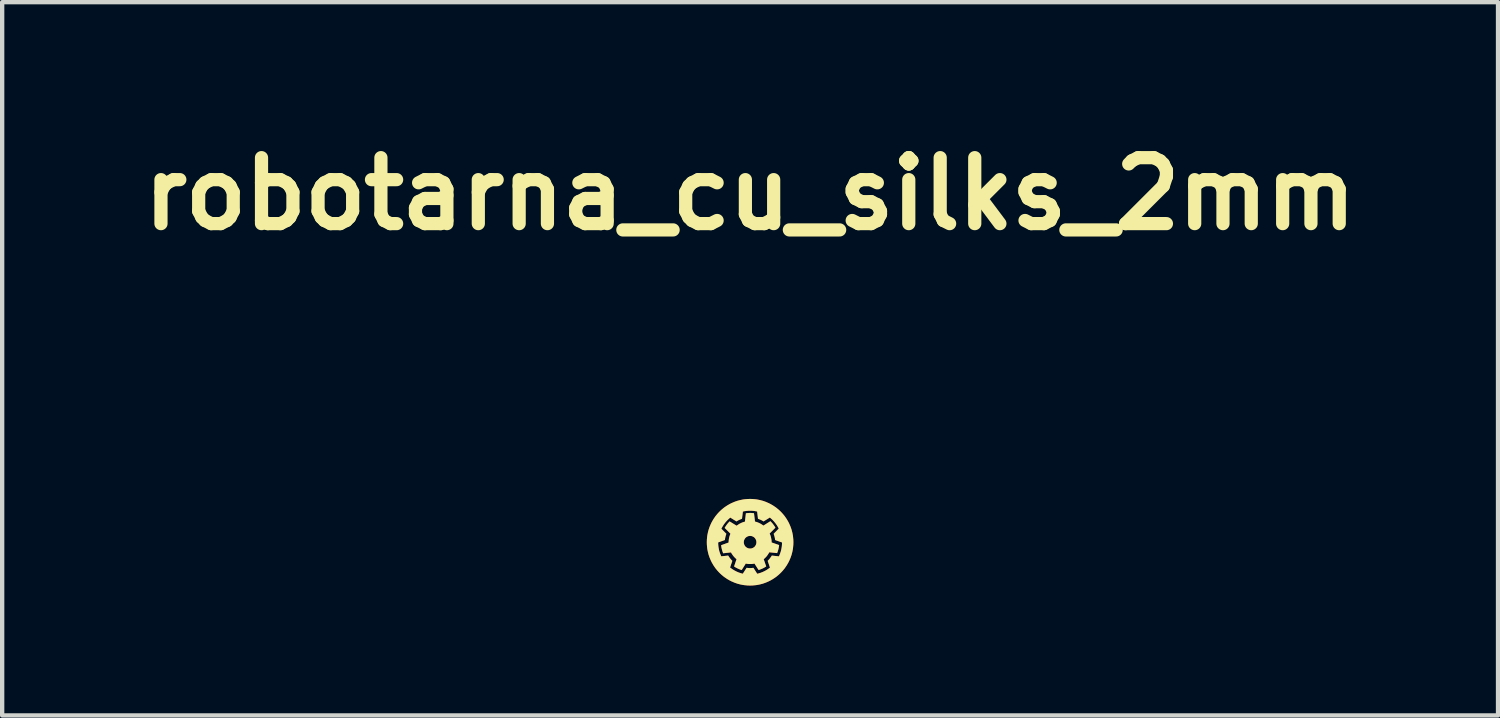
<source format=kicad_pcb>
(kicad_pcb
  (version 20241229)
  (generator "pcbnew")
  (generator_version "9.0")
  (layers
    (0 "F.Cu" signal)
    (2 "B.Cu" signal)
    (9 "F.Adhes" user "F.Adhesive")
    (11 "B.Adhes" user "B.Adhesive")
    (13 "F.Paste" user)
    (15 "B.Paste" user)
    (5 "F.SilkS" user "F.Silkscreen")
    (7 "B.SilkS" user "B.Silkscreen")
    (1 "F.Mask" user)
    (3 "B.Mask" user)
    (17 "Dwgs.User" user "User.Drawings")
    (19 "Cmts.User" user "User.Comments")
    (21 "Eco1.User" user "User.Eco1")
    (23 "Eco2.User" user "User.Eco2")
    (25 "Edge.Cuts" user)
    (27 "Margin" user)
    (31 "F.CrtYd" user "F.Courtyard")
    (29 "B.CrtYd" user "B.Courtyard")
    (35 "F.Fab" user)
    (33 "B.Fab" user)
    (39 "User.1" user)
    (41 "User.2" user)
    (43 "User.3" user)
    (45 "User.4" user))
  (footprint "robotarna_cu_silks_2mm"
    (layer "F.Cu")
    (at 14.275 9.474)
    (property "Reference" "robotarna_cu_silks_2mm" (at 0 -8.048 0) (layer "F.SilkS") (effects (font (size 1.524 1.524) (thickness 0.305))))
    (attr smd)
    (fp_poly (pts (xy -0.000002 0.146) (xy -0.661 0.123) (xy -0.659 0.133) (xy -0.657 0.144) (xy -0.654 0.154) (xy -0.652 0.165) (xy -0.649 0.175) (xy -0.646 0.185) (xy -0.643 0.196) (xy -0.64 0.206) (xy -0.637 0.216) (xy -0.633 0.226) (xy -0.629 0.236) (xy -0.626 0.246) (xy -0.622 0.255) (xy -0.441 0.235) (xy -0.436 0.245) (xy -0.431 0.254) (xy -0.425 0.263) (xy -0.419 0.272) (xy -0.414 0.281) (xy -0.407 0.29) (xy -0.401 0.299) (xy -0.395 0.308) (xy -0.388 0.316) (xy -0.381 0.324) (xy -0.375 0.333) (xy -0.367 0.341) (xy -0.36 0.348) (xy -0.353 0.356) (xy -0.345 0.364) (xy -0.337 0.371) (xy -0.329 0.378) (xy -0.321 0.385) (xy -0.313 0.392) (xy -0.37 0.559) (xy -0.361 0.565) (xy -0.352 0.571) (xy -0.343 0.577) (xy -0.333 0.582) (xy -0.324 0.587) (xy -0.315 0.592) (xy -0.305 0.597) (xy -0.295 0.602) (xy -0.285 0.607) (xy -0.276 0.611) (xy -0.266 0.616) (xy -0.256 0.62) (xy -0.246 0.624) (xy -0.235 0.628) (xy -0.225 0.632) (xy -0.215 0.635) (xy -0.204 0.639) (xy -0.194 0.642) (xy -0.1 0.493) (xy -0.089 0.495) (xy -0.078 0.497) (xy -0.068 0.499) (xy -0.057 0.5) (xy -0.045 0.501) (xy -0.034 0.502) (xy -0.023 0.503) (xy -0.012 0.503) (xy -0.000372 0.503) (xy 0.01 0.503) (xy 0.02 0.503) (xy 0.031 0.502) (xy 0.041 0.502) (xy 0.051 0.501) (xy 0.061 0.5) (xy 0.071 0.498) (xy 0.081 0.497) (xy 0.091 0.495) (xy 0.101 0.493) (xy 0.196 0.641) (xy 0.207 0.638) (xy 0.217 0.635) (xy 0.227 0.631) (xy 0.238 0.627) (xy 0.248 0.623) (xy 0.258 0.619) (xy 0.268 0.615) (xy 0.278 0.611) (xy 0.288 0.606) (xy 0.297 0.602) (xy 0.307 0.597) (xy 0.316 0.592) (xy 0.326 0.587) (xy 0.335 0.581) (xy 0.345 0.576) (xy 0.354 0.57) (xy 0.363 0.565) (xy 0.372 0.559) (xy 0.314 0.392) (xy 0.322 0.385) (xy 0.33 0.378) (xy 0.338 0.371) (xy 0.346 0.363) (xy 0.354 0.355) (xy 0.361 0.348) (xy 0.369 0.34) (xy 0.376 0.332) (xy 0.383 0.323) (xy 0.39 0.315) (xy 0.397 0.306) (xy 0.403 0.297) (xy 0.409 0.289) (xy 0.415 0.28) (xy 0.421 0.27) (xy 0.427 0.261) (xy 0.432 0.252) (xy 0.438 0.242) (xy 0.443 0.232) (xy 0.624 0.251) (xy 0.628 0.242) (xy 0.631 0.232) (xy 0.635 0.222) (xy 0.639 0.212) (xy 0.642 0.202) (xy 0.645 0.192) (xy 0.648 0.181) (xy 0.651 0.171) (xy 0.653 0.161) (xy 0.656 0.15) (xy 0.658 0.14) (xy 0.66 0.13) (xy 0.662 0.119) (xy 0.664 0.108) (xy 0.666 0.098) (xy 0.668 0.087) (xy 0.669 0.076) (xy 0.67 0.065) (xy 0.497 0.005) (xy 0.497 -0.007) (xy 0.496 -0.019) (xy 0.496 -0.03) (xy 0.495 -0.041) (xy 0.494 -0.053) (xy 0.492 -0.064) (xy 0.49 -0.075) (xy 0.488 -0.086) (xy 0.486 -0.097) (xy 0.484 -0.108) (xy 0.481 -0.119) (xy 0.478 -0.13) (xy 0.475 -0.14) (xy 0.472 -0.151) (xy 0.468 -0.161) (xy 0.464 -0.171) (xy 0.46 -0.182) (xy 0.456 -0.192) (xy 0.451 -0.202) (xy 0.585 -0.337) (xy 0.579 -0.347) (xy 0.573 -0.356) (xy 0.567 -0.366) (xy 0.561 -0.375) (xy 0.555 -0.384) (xy 0.549 -0.393) (xy 0.542 -0.402) (xy 0.535 -0.411) (xy 0.528 -0.42) (xy 0.522 -0.429) (xy 0.514 -0.437) (xy 0.507 -0.446) (xy 0.5 -0.454) (xy 0.492 -0.462) (xy 0.485 -0.47) (xy 0.477 -0.478) (xy 0.469 -0.486) (xy 0.307 -0.384) (xy 0.298 -0.391) (xy 0.29 -0.397) (xy 0.281 -0.403) (xy 0.272 -0.409) (xy 0.263 -0.415) (xy 0.254 -0.421) (xy 0.245 -0.426) (xy 0.235 -0.431) (xy 0.226 -0.436) (xy 0.216 -0.441) (xy 0.206 -0.446) (xy 0.196 -0.45) (xy 0.186 -0.454) (xy 0.176 -0.458) (xy 0.166 -0.462) (xy 0.156 -0.466) (xy 0.145 -0.469) (xy 0.135 -0.472) (xy 0.124 -0.475) (xy 0.113 -0.477) (xy 0.09 -0.67) (xy 0.079 -0.671) (xy 0.068 -0.673) (xy 0.057 -0.674) (xy 0.046 -0.674) (xy 0.035 -0.675) (xy 0.024 -0.676) (xy 0.012 -0.676) (xy 0.001 -0.676) (xy -0.01 -0.676) (xy -0.021 -0.676) (xy -0.032 -0.675) (xy -0.043 -0.675) (xy -0.054 -0.674) (xy -0.065 -0.673) (xy -0.076 -0.672) (xy -0.087 -0.67) (xy -0.097 -0.669) (xy -0.119 -0.476) (xy -0.13 -0.473) (xy -0.141 -0.47) (xy -0.151 -0.467) (xy -0.161 -0.463) (xy -0.171 -0.46) (xy -0.182 -0.456) (xy -0.192 -0.452) (xy -0.201 -0.448) (xy -0.211 -0.443) (xy -0.221 -0.438) (xy -0.23 -0.434) (xy -0.24 -0.429) (xy -0.249 -0.423) (xy -0.258 -0.418) (xy -0.267 -0.412) (xy -0.276 -0.406) (xy -0.285 -0.4) (xy -0.294 -0.394) (xy -0.302 -0.388) (xy -0.31 -0.381) (xy -0.473 -0.481) (xy -0.481 -0.474) (xy -0.489 -0.465) (xy -0.496 -0.457) (xy -0.504 -0.449) (xy -0.511 -0.441) (xy -0.518 -0.432) (xy -0.525 -0.423) (xy -0.532 -0.415) (xy -0.539 -0.406) (xy -0.545 -0.397) (xy -0.552 -0.388) (xy -0.558 -0.378) (xy -0.564 -0.369) (xy -0.57 -0.36) (xy -0.576 -0.35) (xy -0.582 -0.341) (xy -0.588 -0.331) (xy -0.453 -0.196) (xy -0.458 -0.186) (xy -0.462 -0.177) (xy -0.466 -0.167) (xy -0.469 -0.156) (xy -0.473 -0.146) (xy -0.476 -0.136) (xy -0.479 -0.125) (xy -0.482 -0.115) (xy -0.484 -0.104) (xy -0.486 -0.094) (xy -0.489 -0.083) (xy -0.49 -0.072) (xy -0.492 -0.061) (xy -0.493 -0.05) (xy -0.494 -0.039) (xy -0.495 -0.028) (xy -0.496 -0.017) (xy -0.496 -0.006) (xy -0.497 0.006) (xy -0.497 0.007) (xy -0.669 0.069) (xy -0.668 0.08) (xy -0.666 0.091) (xy -0.665 0.101) (xy -0.663 0.112) (xy -0.661 0.123) (xy -0.000002 0.146) (xy -0.01 0.145) (xy -0.021 0.144) (xy -0.031 0.143) (xy -0.04 0.14) (xy -0.05 0.137) (xy -0.059 0.133) (xy -0.068 0.129) (xy -0.076 0.124) (xy -0.085 0.119) (xy -0.092 0.113) (xy -0.1 0.107) (xy -0.107 0.1) (xy -0.113 0.092) (xy -0.119 0.085) (xy -0.124 0.076) (xy -0.129 0.068) (xy -0.133 0.059) (xy -0.137 0.05) (xy -0.14 0.04) (xy -0.143 0.031) (xy -0.144 0.021) (xy -0.145 0.01) (xy -0.146 0.000003) (xy -0.145 -0.01) (xy -0.144 -0.021) (xy -0.143 -0.031) (xy -0.14 -0.04) (xy -0.137 -0.05) (xy -0.133 -0.059) (xy -0.129 -0.068) (xy -0.124 -0.076) (xy -0.119 -0.085) (xy -0.113 -0.092) (xy -0.107 -0.1) (xy -0.1 -0.107) (xy -0.092 -0.113) (xy -0.085 -0.119) (xy -0.076 -0.124) (xy -0.068 -0.129) (xy -0.059 -0.133) (xy -0.05 -0.137) (xy -0.04 -0.14) (xy -0.031 -0.143) (xy -0.021 -0.144) (xy -0.01 -0.145) (xy -0.000002 -0.146) (xy 0.01 -0.145) (xy 0.021 -0.144) (xy 0.031 -0.143) (xy 0.04 -0.14) (xy 0.05 -0.137) (xy 0.059 -0.133) (xy 0.068 -0.129) (xy 0.076 -0.124) (xy 0.085 -0.119) (xy 0.092 -0.113) (xy 0.1 -0.107) (xy 0.107 -0.1) (xy 0.113 -0.092) (xy 0.119 -0.085) (xy 0.124 -0.076) (xy 0.129 -0.068) (xy 0.133 -0.059) (xy 0.137 -0.05) (xy 0.14 -0.04) (xy 0.143 -0.031) (xy 0.144 -0.021) (xy 0.145 -0.01) (xy 0.146 0.000003) (xy 0.145 0.01) (xy 0.144 0.021) (xy 0.143 0.031) (xy 0.14 0.04) (xy 0.137 0.05) (xy 0.133 0.059) (xy 0.129 0.068) (xy 0.124 0.076) (xy 0.119 0.085) (xy 0.113 0.092) (xy 0.107 0.1) (xy 0.1 0.107) (xy 0.092 0.113) (xy 0.085 0.119) (xy 0.076 0.124) (xy 0.068 0.129) (xy 0.059 0.133) (xy 0.05 0.137) (xy 0.04 0.14) (xy 0.031 0.143) (xy 0.021 0.144) (xy 0.01 0.145) (xy -0.000002 0.146)) (stroke (width 0) (type solid)) (fill yes) (layer "F.Cu"))
    (fp_poly (pts (xy 0.666 0.326) (xy 0.148 0.989) (xy 0.158 0.988) (xy 0.168 0.986) (xy 0.179 0.984) (xy 0.189 0.982) (xy 0.199 0.98) (xy 0.209 0.978) (xy 0.219 0.976) (xy 0.229 0.974) (xy 0.239 0.971) (xy 0.249 0.969) (xy 0.259 0.966) (xy 0.269 0.963) (xy 0.279 0.961) (xy 0.289 0.958) (xy 0.299 0.955) (xy 0.308 0.952) (xy 0.318 0.948) (xy 0.328 0.945) (xy 0.337 0.942) (xy 0.347 0.938) (xy 0.356 0.935) (xy 0.366 0.931) (xy 0.375 0.927) (xy 0.385 0.923) (xy 0.394 0.919) (xy 0.403 0.915) (xy 0.412 0.911) (xy 0.422 0.907) (xy 0.431 0.903) (xy 0.44 0.898) (xy 0.449 0.894) (xy 0.458 0.889) (xy 0.467 0.885) (xy 0.476 0.88) (xy 0.484 0.875) (xy 0.493 0.87) (xy 0.502 0.865) (xy 0.51 0.86) (xy 0.519 0.855) (xy 0.528 0.85) (xy 0.536 0.844) (xy 0.545 0.839) (xy 0.553 0.833) (xy 0.561 0.828) (xy 0.569 0.822) (xy 0.578 0.816) (xy 0.586 0.811) (xy 0.594 0.805) (xy 0.602 0.799) (xy 0.61 0.793) (xy 0.618 0.787) (xy 0.625 0.78) (xy 0.633 0.774) (xy 0.641 0.768) (xy 0.649 0.761) (xy 0.656 0.755) (xy 0.664 0.748) (xy 0.671 0.741) (xy 0.678 0.735) (xy 0.686 0.728) (xy 0.693 0.721) (xy 0.7 0.714) (xy 0.707 0.707) (xy 0.714 0.7) (xy 0.721 0.693) (xy 0.728 0.686) (xy 0.735 0.678) (xy 0.741 0.671) (xy 0.748 0.664) (xy 0.755 0.656) (xy 0.761 0.649) (xy 0.768 0.641) (xy 0.774 0.633) (xy 0.78 0.625) (xy 0.787 0.618) (xy 0.793 0.61) (xy 0.799 0.602) (xy 0.805 0.594) (xy 0.811 0.586) (xy 0.816 0.578) (xy 0.822 0.569) (xy 0.828 0.561) (xy 0.833 0.553) (xy 0.839 0.545) (xy 0.844 0.536) (xy 0.85 0.528) (xy 0.855 0.519) (xy 0.86 0.51) (xy 0.865 0.502) (xy 0.87 0.493) (xy 0.875 0.484) (xy 0.88 0.476) (xy 0.885 0.467) (xy 0.889 0.458) (xy 0.894 0.449) (xy 0.898 0.44) (xy 0.903 0.431) (xy 0.907 0.422) (xy 0.911 0.412) (xy 0.915 0.403) (xy 0.919 0.394) (xy 0.923 0.385) (xy 0.927 0.375) (xy 0.931 0.366) (xy 0.935 0.356) (xy 0.938 0.347) (xy 0.942 0.337) (xy 0.945 0.328) (xy 0.948 0.318) (xy 0.952 0.308) (xy 0.955 0.299) (xy 0.958 0.289) (xy 0.961 0.279) (xy 0.963 0.269) (xy 0.966 0.259) (xy 0.969 0.249) (xy 0.971 0.239) (xy 0.974 0.229) (xy 0.976 0.219) (xy 0.978 0.209) (xy 0.98 0.199) (xy 0.982 0.189) (xy 0.984 0.179) (xy 0.986 0.168) (xy 0.988 0.158) (xy 0.989 0.148) (xy 0.991 0.137) (xy 0.992 0.127) (xy 0.993 0.117) (xy 0.994 0.106) (xy 0.995 0.096) (xy 0.996 0.085) (xy 0.997 0.075) (xy 0.998 0.064) (xy 0.999 0.053) (xy 0.999 0.043) (xy 0.999 0.032) (xy 1 0.021) (xy 1 0.011) (xy 1 0.000003) (xy 1 -0.011) (xy 1 -0.021) (xy 0.999 -0.032) (xy 0.999 -0.043) (xy 0.999 -0.053) (xy 0.998 -0.064) (xy 0.997 -0.075) (xy 0.996 -0.085) (xy 0.995 -0.096) (xy 0.994 -0.106) (xy 0.993 -0.117) (xy 0.992 -0.127) (xy 0.991 -0.137) (xy 0.989 -0.148) (xy 0.988 -0.158) (xy 0.986 -0.168) (xy 0.984 -0.179) (xy 0.982 -0.189) (xy 0.98 -0.199) (xy 0.978 -0.209) (xy 0.976 -0.219) (xy 0.974 -0.229) (xy 0.971 -0.239) (xy 0.969 -0.249) (xy 0.966 -0.259) (xy 0.963 -0.269) (xy 0.961 -0.279) (xy 0.958 -0.289) (xy 0.955 -0.299) (xy 0.952 -0.308) (xy 0.948 -0.318) (xy 0.945 -0.328) (xy 0.942 -0.337) (xy 0.938 -0.347) (xy 0.935 -0.356) (xy 0.931 -0.366) (xy 0.927 -0.375) (xy 0.923 -0.385) (xy 0.919 -0.394) (xy 0.915 -0.403) (xy 0.911 -0.412) (xy 0.907 -0.422) (xy 0.903 -0.431) (xy 0.898 -0.44) (xy 0.894 -0.449) (xy 0.889 -0.458) (xy 0.885 -0.467) (xy 0.88 -0.476) (xy 0.875 -0.484) (xy 0.87 -0.493) (xy 0.865 -0.502) (xy 0.86 -0.51) (xy 0.855 -0.519) (xy 0.85 -0.528) (xy 0.844 -0.536) (xy 0.839 -0.545) (xy 0.833 -0.553) (xy 0.828 -0.561) (xy 0.822 -0.569) (xy 0.816 -0.578) (xy 0.811 -0.586) (xy 0.805 -0.594) (xy 0.799 -0.602) (xy 0.793 -0.61) (xy 0.787 -0.618) (xy 0.78 -0.625) (xy 0.774 -0.633) (xy 0.768 -0.641) (xy 0.761 -0.649) (xy 0.755 -0.656) (xy 0.748 -0.664) (xy 0.741 -0.671) (xy 0.735 -0.678) (xy 0.728 -0.686) (xy 0.721 -0.693) (xy 0.714 -0.7) (xy 0.707 -0.707) (xy 0.7 -0.714) (xy 0.693 -0.721) (xy 0.686 -0.728) (xy 0.678 -0.735) (xy 0.671 -0.741) (xy 0.664 -0.748) (xy 0.656 -0.755) (xy 0.649 -0.761) (xy 0.641 -0.768) (xy 0.633 -0.774) (xy 0.625 -0.78) (xy 0.618 -0.787) (xy 0.61 -0.793) (xy 0.602 -0.799) (xy 0.594 -0.805) (xy 0.586 -0.811) (xy 0.578 -0.816) (xy 0.569 -0.822) (xy 0.561 -0.828) (xy 0.553 -0.833) (xy 0.545 -0.839) (xy 0.536 -0.844) (xy 0.528 -0.85) (xy 0.519 -0.855) (xy 0.51 -0.86) (xy 0.502 -0.865) (xy 0.493 -0.87) (xy 0.484 -0.875) (xy 0.476 -0.88) (xy 0.467 -0.885) (xy 0.458 -0.889) (xy 0.449 -0.894) (xy 0.44 -0.898) (xy 0.431 -0.903) (xy 0.422 -0.907) (xy 0.412 -0.911) (xy 0.403 -0.915) (xy 0.394 -0.919) (xy 0.385 -0.923) (xy 0.375 -0.927) (xy 0.366 -0.931) (xy 0.356 -0.935) (xy 0.347 -0.938) (xy 0.337 -0.942) (xy 0.328 -0.945) (xy 0.318 -0.948) (xy 0.308 -0.952) (xy 0.299 -0.955) (xy 0.289 -0.958) (xy 0.279 -0.961) (xy 0.269 -0.963) (xy 0.259 -0.966) (xy 0.249 -0.969) (xy 0.239 -0.971) (xy 0.229 -0.974) (xy 0.219 -0.976) (xy 0.209 -0.978) (xy 0.199 -0.98) (xy 0.189 -0.982) (xy 0.179 -0.984) (xy 0.168 -0.986) (xy 0.158 -0.988) (xy 0.148 -0.989) (xy 0.137 -0.991) (xy 0.127 -0.992) (xy 0.117 -0.993) (xy 0.106 -0.994) (xy 0.096 -0.995) (xy 0.085 -0.996) (xy 0.075 -0.997) (xy 0.064 -0.998) (xy 0.053 -0.999) (xy 0.043 -0.999) (xy 0.032 -0.999) (xy 0.021 -1) (xy 0.011 -1) (xy -0.000003 -1) (xy -0.011 -1) (xy -0.021 -1) (xy -0.032 -0.999) (xy -0.043 -0.999) (xy -0.053 -0.999) (xy -0.064 -0.998) (xy -0.075 -0.997) (xy -0.085 -0.996) (xy -0.096 -0.995) (xy -0.106 -0.994) (xy -0.117 -0.993) (xy -0.127 -0.992) (xy -0.137 -0.991) (xy -0.148 -0.989) (xy -0.158 -0.988) (xy -0.168 -0.986) (xy -0.179 -0.984) (xy -0.189 -0.982) (xy -0.199 -0.98) (xy -0.209 -0.978) (xy -0.219 -0.976) (xy -0.229 -0.974) (xy -0.239 -0.971) (xy -0.249 -0.969) (xy -0.259 -0.966) (xy -0.269 -0.963) (xy -0.279 -0.961) (xy -0.289 -0.958) (xy -0.299 -0.955) (xy -0.308 -0.952) (xy -0.318 -0.948) (xy -0.328 -0.945) (xy -0.337 -0.942) (xy -0.347 -0.938) (xy -0.356 -0.935) (xy -0.366 -0.931) (xy -0.375 -0.927) (xy -0.385 -0.923) (xy -0.394 -0.919) (xy -0.403 -0.915) (xy -0.412 -0.911) (xy -0.422 -0.907) (xy -0.431 -0.903) (xy -0.44 -0.898) (xy -0.449 -0.894) (xy -0.458 -0.889) (xy -0.467 -0.885) (xy -0.476 -0.88) (xy -0.484 -0.875) (xy -0.493 -0.87) (xy -0.502 -0.865) (xy -0.51 -0.86) (xy -0.519 -0.855) (xy -0.528 -0.85) (xy -0.536 -0.844) (xy -0.545 -0.839) (xy -0.553 -0.833) (xy -0.561 -0.828) (xy -0.569 -0.822) (xy -0.578 -0.816) (xy -0.586 -0.811) (xy -0.594 -0.805) (xy -0.602 -0.799) (xy -0.61 -0.793) (xy -0.618 -0.787) (xy -0.625 -0.78) (xy -0.633 -0.774) (xy -0.641 -0.768) (xy -0.649 -0.761) (xy -0.656 -0.755) (xy -0.664 -0.748) (xy -0.671 -0.741) (xy -0.678 -0.735) (xy -0.686 -0.728) (xy -0.693 -0.721) (xy -0.7 -0.714) (xy -0.707 -0.707) (xy -0.714 -0.7) (xy -0.721 -0.693) (xy -0.728 -0.686) (xy -0.735 -0.678) (xy -0.741 -0.671) (xy -0.748 -0.664) (xy -0.755 -0.656) (xy -0.761 -0.649) (xy -0.768 -0.641) (xy -0.774 -0.633) (xy -0.78 -0.625) (xy -0.787 -0.618) (xy -0.793 -0.61) (xy -0.799 -0.602) (xy -0.805 -0.594) (xy -0.811 -0.586) (xy -0.816 -0.578) (xy -0.822 -0.569) (xy -0.828 -0.561) (xy -0.833 -0.553) (xy -0.839 -0.545) (xy -0.844 -0.536) (xy -0.85 -0.528) (xy -0.855 -0.519) (xy -0.86 -0.51) (xy -0.865 -0.502) (xy -0.87 -0.493) (xy -0.875 -0.484) (xy -0.88 -0.476) (xy -0.885 -0.467) (xy -0.889 -0.458) (xy -0.894 -0.449) (xy -0.898 -0.44) (xy -0.903 -0.431) (xy -0.907 -0.422) (xy -0.911 -0.412) (xy -0.915 -0.403) (xy -0.919 -0.394) (xy -0.923 -0.385) (xy -0.927 -0.375) (xy -0.931 -0.366) (xy -0.935 -0.356) (xy -0.938 -0.347) (xy -0.942 -0.337) (xy -0.945 -0.328) (xy -0.948 -0.318) (xy -0.952 -0.308) (xy -0.955 -0.299) (xy -0.958 -0.289) (xy -0.961 -0.279) (xy -0.963 -0.269) (xy -0.966 -0.259) (xy -0.969 -0.249) (xy -0.971 -0.239) (xy -0.974 -0.229) (xy -0.976 -0.219) (xy -0.978 -0.209) (xy -0.98 -0.199) (xy -0.982 -0.189) (xy -0.984 -0.179) (xy -0.986 -0.168) (xy -0.988 -0.158) (xy -0.989 -0.148) (xy -0.991 -0.137) (xy -0.992 -0.127) (xy -0.993 -0.117) (xy -0.994 -0.106) (xy -0.995 -0.096) (xy -0.996 -0.085) (xy -0.997 -0.075) (xy -0.998 -0.064) (xy -0.999 -0.053) (xy -0.999 -0.043) (xy -0.999 -0.032) (xy -1 -0.021) (xy -1 -0.011) (xy -1 0.000003) (xy -1 0.011) (xy -1 0.021) (xy -0.999 0.032) (xy -0.999 0.043) (xy -0.999 0.053) (xy -0.998 0.064) (xy -0.997 0.075) (xy -0.996 0.085) (xy -0.995 0.096) (xy -0.994 0.106) (xy -0.993 0.117) (xy -0.992 0.127) (xy -0.991 0.137) (xy -0.989 0.148) (xy -0.988 0.158) (xy -0.986 0.168) (xy -0.984 0.179) (xy -0.982 0.189) (xy -0.98 0.199) (xy -0.978 0.209) (xy -0.976 0.219) (xy -0.974 0.229) (xy -0.971 0.239) (xy -0.969 0.249) (xy -0.966 0.259) (xy -0.963 0.269) (xy -0.961 0.279) (xy -0.958 0.289) (xy -0.955 0.299) (xy -0.952 0.308) (xy -0.948 0.318) (xy -0.945 0.328) (xy -0.942 0.337) (xy -0.938 0.347) (xy -0.935 0.356) (xy -0.931 0.366) (xy -0.927 0.375) (xy -0.923 0.385) (xy -0.919 0.394) (xy -0.915 0.403) (xy -0.911 0.412) (xy -0.907 0.422) (xy -0.903 0.431) (xy -0.898 0.44) (xy -0.894 0.449) (xy -0.889 0.458) (xy -0.885 0.467) (xy -0.88 0.476) (xy -0.875 0.484) (xy -0.87 0.493) (xy -0.865 0.502) (xy -0.86 0.51) (xy -0.855 0.519) (xy -0.85 0.528) (xy -0.844 0.536) (xy -0.839 0.545) (xy -0.833 0.553) (xy -0.828 0.561) (xy -0.822 0.569) (xy -0.816 0.578) (xy -0.811 0.586) (xy -0.805 0.594) (xy -0.799 0.602) (xy -0.793 0.61) (xy -0.787 0.618) (xy -0.78 0.625) (xy -0.774 0.633) (xy -0.768 0.641) (xy -0.761 0.649) (xy -0.755 0.656) (xy -0.748 0.664) (xy -0.741 0.671) (xy -0.735 0.678) (xy -0.728 0.686) (xy -0.721 0.693) (xy -0.714 0.7) (xy -0.707 0.707) (xy -0.7 0.714) (xy -0.693 0.721) (xy -0.686 0.728) (xy -0.678 0.735) (xy -0.671 0.741) (xy -0.664 0.748) (xy -0.656 0.755) (xy -0.649 0.761) (xy -0.641 0.768) (xy -0.633 0.774) (xy -0.625 0.78) (xy -0.618 0.787) (xy -0.61 0.793) (xy -0.602 0.799) (xy -0.594 0.805) (xy -0.586 0.811) (xy -0.578 0.816) (xy -0.569 0.822) (xy -0.561 0.828) (xy -0.553 0.833) (xy -0.545 0.839) (xy -0.536 0.844) (xy -0.528 0.85) (xy -0.519 0.855) (xy -0.51 0.86) (xy -0.502 0.865) (xy -0.493 0.87) (xy -0.484 0.875) (xy -0.476 0.88) (xy -0.467 0.885) (xy -0.458 0.889) (xy -0.449 0.894) (xy -0.44 0.898) (xy -0.431 0.903) (xy -0.422 0.907) (xy -0.412 0.911) (xy -0.403 0.915) (xy -0.394 0.919) (xy -0.385 0.923) (xy -0.375 0.927) (xy -0.366 0.931) (xy -0.356 0.935) (xy -0.347 0.938) (xy -0.337 0.942) (xy -0.328 0.945) (xy -0.318 0.948) (xy -0.308 0.952) (xy -0.299 0.955) (xy -0.289 0.958) (xy -0.279 0.961) (xy -0.269 0.963) (xy -0.259 0.966) (xy -0.249 0.969) (xy -0.239 0.971) (xy -0.229 0.974) (xy -0.219 0.976) (xy -0.209 0.978) (xy -0.199 0.98) (xy -0.189 0.982) (xy -0.179 0.984) (xy -0.168 0.986) (xy -0.158 0.988) (xy -0.148 0.989) (xy -0.137 0.991) (xy -0.127 0.992) (xy -0.117 0.993) (xy -0.106 0.994) (xy -0.096 0.995) (xy -0.085 0.996) (xy -0.075 0.997) (xy -0.064 0.998) (xy -0.053 0.999) (xy -0.043 0.999) (xy -0.032 0.999) (xy -0.021 1) (xy -0.011 1) (xy -0.000003 1) (xy 0.011 1) (xy 0.021 1) (xy 0.032 0.999) (xy 0.043 0.999) (xy 0.053 0.999) (xy 0.064 0.998) (xy 0.075 0.997) (xy 0.085 0.996) (xy 0.096 0.995) (xy 0.106 0.994) (xy 0.117 0.993) (xy 0.127 0.992) (xy 0.137 0.991) (xy 0.148 0.989) (xy 0.666 0.326) (xy 0.501 0.308) (xy 0.496 0.318) (xy 0.49 0.327) (xy 0.484 0.336) (xy 0.477 0.345) (xy 0.471 0.355) (xy 0.464 0.363) (xy 0.458 0.372) (xy 0.451 0.381) (xy 0.444 0.39) (xy 0.436 0.398) (xy 0.429 0.406) (xy 0.421 0.414) (xy 0.414 0.422) (xy 0.406 0.43) (xy 0.459 0.586) (xy 0.451 0.592) (xy 0.442 0.599) (xy 0.433 0.605) (xy 0.424 0.612) (xy 0.416 0.618) (xy 0.406 0.624) (xy 0.397 0.63) (xy 0.388 0.636) (xy 0.379 0.642) (xy 0.369 0.647) (xy 0.36 0.653) (xy 0.35 0.658) (xy 0.341 0.663) (xy 0.331 0.668) (xy 0.321 0.673) (xy 0.311 0.678) (xy 0.301 0.682) (xy 0.291 0.687) (xy 0.281 0.691) (xy 0.271 0.695) (xy 0.26 0.699) (xy 0.25 0.703) (xy 0.239 0.707) (xy 0.229 0.71) (xy 0.218 0.713) (xy 0.207 0.717) (xy 0.197 0.72) (xy 0.186 0.723) (xy 0.175 0.725) (xy 0.164 0.728) (xy 0.077 0.591) (xy 0.067 0.592) (xy 0.058 0.593) (xy 0.048 0.594) (xy 0.038 0.595) (xy 0.028 0.595) (xy 0.018 0.596) (xy 0.008 0.596) (xy -0.002 0.596) (xy -0.012 0.596) (xy -0.022 0.596) (xy -0.032 0.595) (xy -0.042 0.595) (xy -0.052 0.594) (xy -0.062 0.593) (xy -0.072 0.592) (xy -0.081 0.591) (xy -0.168 0.727) (xy -0.179 0.724) (xy -0.19 0.722) (xy -0.2 0.719) (xy -0.211 0.716) (xy -0.222 0.712) (xy -0.232 0.709) (xy -0.243 0.705) (xy -0.253 0.702) (xy -0.264 0.698) (xy -0.274 0.694) (xy -0.284 0.689) (xy -0.295 0.685) (xy -0.305 0.681) (xy -0.315 0.676) (xy -0.325 0.671) (xy -0.334 0.666) (xy -0.344 0.661) (xy -0.354 0.656) (xy -0.363 0.651) (xy -0.373 0.645) (xy -0.382 0.639) (xy -0.392 0.634) (xy -0.401 0.628) (xy -0.41 0.622) (xy -0.419 0.616) (xy -0.428 0.609) (xy -0.437 0.603) (xy -0.446 0.596) (xy -0.454 0.59) (xy -0.463 0.583) (xy -0.41 0.43) (xy -0.418 0.422) (xy -0.426 0.414) (xy -0.433 0.406) (xy -0.441 0.398) (xy -0.448 0.39) (xy -0.455 0.381) (xy -0.462 0.372) (xy -0.469 0.363) (xy -0.475 0.355) (xy -0.482 0.345) (xy -0.488 0.336) (xy -0.494 0.327) (xy -0.5 0.318) (xy -0.506 0.308) (xy -0.666 0.325) (xy -0.671 0.316) (xy -0.675 0.306) (xy -0.679 0.296) (xy -0.683 0.286) (xy -0.687 0.276) (xy -0.691 0.266) (xy -0.695 0.256) (xy -0.698 0.246) (xy -0.701 0.236) (xy -0.705 0.226) (xy -0.708 0.216) (xy -0.711 0.205) (xy -0.714 0.195) (xy -0.716 0.184) (xy -0.719 0.174) (xy -0.721 0.163) (xy -0.723 0.152) (xy -0.725 0.142) (xy -0.727 0.131) (xy -0.729 0.12) (xy -0.73 0.109) (xy -0.732 0.098) (xy -0.733 0.087) (xy -0.734 0.076) (xy -0.735 0.065) (xy -0.736 0.054) (xy -0.736 0.043) (xy -0.737 0.032) (xy -0.737 0.02) (xy -0.737 0.009) (xy -0.737 0.004) (xy -0.583 -0.051) (xy -0.581 -0.062) (xy -0.58 -0.072) (xy -0.578 -0.083) (xy -0.576 -0.093) (xy -0.574 -0.104) (xy -0.572 -0.114) (xy -0.57 -0.125) (xy -0.567 -0.135) (xy -0.564 -0.145) (xy -0.562 -0.155) (xy -0.558 -0.165) (xy -0.555 -0.175) (xy -0.552 -0.185) (xy -0.548 -0.195) (xy -0.664 -0.312) (xy -0.659 -0.322) (xy -0.654 -0.332) (xy -0.648 -0.341) (xy -0.643 -0.351) (xy -0.638 -0.361) (xy -0.632 -0.37) (xy -0.626 -0.38) (xy -0.62 -0.389) (xy -0.614 -0.399) (xy -0.608 -0.408) (xy -0.602 -0.417) (xy -0.595 -0.426) (xy -0.588 -0.435) (xy -0.582 -0.444) (xy -0.575 -0.452) (xy -0.568 -0.461) (xy -0.561 -0.469) (xy -0.553 -0.478) (xy -0.546 -0.486) (xy -0.539 -0.494) (xy -0.531 -0.502) (xy -0.523 -0.51) (xy -0.515 -0.518) (xy -0.507 -0.525) (xy -0.499 -0.533) (xy -0.491 -0.54) (xy -0.483 -0.548) (xy -0.474 -0.555) (xy -0.466 -0.562) (xy -0.457 -0.569) (xy -0.315 -0.481) (xy -0.306 -0.486) (xy -0.297 -0.492) (xy -0.287 -0.497) (xy -0.278 -0.503) (xy -0.268 -0.508) (xy -0.258 -0.513) (xy -0.248 -0.517) (xy -0.238 -0.522) (xy -0.228 -0.526) (xy -0.218 -0.53) (xy -0.208 -0.534) (xy -0.197 -0.538) (xy -0.187 -0.542) (xy -0.167 -0.709) (xy -0.156 -0.711) (xy -0.145 -0.714) (xy -0.135 -0.716) (xy -0.124 -0.718) (xy -0.113 -0.719) (xy -0.102 -0.721) (xy -0.091 -0.722) (xy -0.079 -0.724) (xy -0.068 -0.725) (xy -0.057 -0.726) (xy -0.046 -0.727) (xy -0.034 -0.727) (xy -0.023 -0.728) (xy -0.011 -0.728) (xy -0.000003 -0.728) (xy 0.011 -0.728) (xy 0.022 -0.728) (xy 0.033 -0.727) (xy 0.044 -0.727) (xy 0.055 -0.726) (xy 0.066 -0.725) (xy 0.077 -0.724) (xy 0.088 -0.723) (xy 0.099 -0.721) (xy 0.11 -0.72) (xy 0.12 -0.718) (xy 0.131 -0.716) (xy 0.142 -0.714) (xy 0.152 -0.712) (xy 0.163 -0.71) (xy 0.182 -0.542) (xy 0.193 -0.538) (xy 0.203 -0.534) (xy 0.214 -0.53) (xy 0.224 -0.526) (xy 0.234 -0.522) (xy 0.244 -0.517) (xy 0.254 -0.513) (xy 0.264 -0.508) (xy 0.273 -0.503) (xy 0.283 -0.497) (xy 0.292 -0.492) (xy 0.302 -0.486) (xy 0.311 -0.481) (xy 0.455 -0.57) (xy 0.464 -0.564) (xy 0.473 -0.557) (xy 0.481 -0.549) (xy 0.489 -0.542) (xy 0.498 -0.535) (xy 0.506 -0.527) (xy 0.514 -0.52) (xy 0.521 -0.512) (xy 0.529 -0.504) (xy 0.537 -0.496) (xy 0.544 -0.488) (xy 0.552 -0.48) (xy 0.559 -0.471) (xy 0.566 -0.463) (xy 0.573 -0.454) (xy 0.58 -0.446) (xy 0.587 -0.437) (xy 0.593 -0.428) (xy 0.6 -0.419) (xy 0.606 -0.41) (xy 0.612 -0.401) (xy 0.619 -0.392) (xy 0.624 -0.383) (xy 0.63 -0.373) (xy 0.636 -0.364) (xy 0.642 -0.354) (xy 0.647 -0.344) (xy 0.652 -0.334) (xy 0.657 -0.325) (xy 0.662 -0.315) (xy 0.544 -0.195) (xy 0.547 -0.185) (xy 0.551 -0.175) (xy 0.554 -0.165) (xy 0.557 -0.155) (xy 0.56 -0.145) (xy 0.563 -0.135) (xy 0.566 -0.125) (xy 0.568 -0.114) (xy 0.57 -0.104) (xy 0.572 -0.093) (xy 0.574 -0.083) (xy 0.576 -0.072) (xy 0.577 -0.062) (xy 0.578 -0.051) (xy 0.737 0.005) (xy 0.737 0.009) (xy 0.737 0.02) (xy 0.737 0.032) (xy 0.736 0.043) (xy 0.736 0.054) (xy 0.735 0.065) (xy 0.734 0.076) (xy 0.733 0.087) (xy 0.732 0.098) (xy 0.73 0.109) (xy 0.729 0.12) (xy 0.727 0.131) (xy 0.725 0.142) (xy 0.723 0.153) (xy 0.721 0.163) (xy 0.719 0.174) (xy 0.716 0.185) (xy 0.713 0.195) (xy 0.711 0.205) (xy 0.708 0.216) (xy 0.705 0.226) (xy 0.701 0.236) (xy 0.698 0.247) (xy 0.694 0.257) (xy 0.691 0.267) (xy 0.687 0.277) (xy 0.683 0.287) (xy 0.679 0.297) (xy 0.675 0.306) (xy 0.67 0.316) (xy 0.666 0.326)) (stroke (width 0) (type solid)) (fill yes) (layer "F.Cu"))
    (fp_poly (pts (xy -0.000002 0.146) (xy -0.661 0.123) (xy -0.659 0.133) (xy -0.657 0.144) (xy -0.654 0.154) (xy -0.652 0.165) (xy -0.649 0.175) (xy -0.646 0.185) (xy -0.643 0.196) (xy -0.64 0.206) (xy -0.637 0.216) (xy -0.633 0.226) (xy -0.629 0.236) (xy -0.626 0.246) (xy -0.622 0.255) (xy -0.441 0.235) (xy -0.436 0.245) (xy -0.431 0.254) (xy -0.425 0.263) (xy -0.419 0.272) (xy -0.414 0.281) (xy -0.407 0.29) (xy -0.401 0.299) (xy -0.395 0.308) (xy -0.388 0.316) (xy -0.381 0.324) (xy -0.375 0.333) (xy -0.367 0.341) (xy -0.36 0.348) (xy -0.353 0.356) (xy -0.345 0.364) (xy -0.337 0.371) (xy -0.329 0.378) (xy -0.321 0.385) (xy -0.313 0.392) (xy -0.37 0.559) (xy -0.361 0.565) (xy -0.352 0.571) (xy -0.343 0.577) (xy -0.333 0.582) (xy -0.324 0.587) (xy -0.315 0.592) (xy -0.305 0.597) (xy -0.295 0.602) (xy -0.285 0.607) (xy -0.276 0.611) (xy -0.266 0.616) (xy -0.256 0.62) (xy -0.246 0.624) (xy -0.235 0.628) (xy -0.225 0.632) (xy -0.215 0.635) (xy -0.204 0.639) (xy -0.194 0.642) (xy -0.1 0.493) (xy -0.089 0.495) (xy -0.078 0.497) (xy -0.068 0.499) (xy -0.057 0.5) (xy -0.045 0.501) (xy -0.034 0.502) (xy -0.023 0.503) (xy -0.012 0.503) (xy -0.000372 0.503) (xy 0.01 0.503) (xy 0.02 0.503) (xy 0.031 0.502) (xy 0.041 0.502) (xy 0.051 0.501) (xy 0.061 0.5) (xy 0.071 0.498) (xy 0.081 0.497) (xy 0.091 0.495) (xy 0.101 0.493) (xy 0.196 0.641) (xy 0.207 0.638) (xy 0.217 0.635) (xy 0.227 0.631) (xy 0.238 0.627) (xy 0.248 0.623) (xy 0.258 0.619) (xy 0.268 0.615) (xy 0.278 0.611) (xy 0.288 0.606) (xy 0.297 0.602) (xy 0.307 0.597) (xy 0.316 0.592) (xy 0.326 0.587) (xy 0.335 0.581) (xy 0.345 0.576) (xy 0.354 0.57) (xy 0.363 0.565) (xy 0.372 0.559) (xy 0.314 0.392) (xy 0.322 0.385) (xy 0.33 0.378) (xy 0.338 0.371) (xy 0.346 0.363) (xy 0.354 0.355) (xy 0.361 0.348) (xy 0.369 0.34) (xy 0.376 0.332) (xy 0.383 0.323) (xy 0.39 0.315) (xy 0.397 0.306) (xy 0.403 0.297) (xy 0.409 0.289) (xy 0.415 0.28) (xy 0.421 0.27) (xy 0.427 0.261) (xy 0.432 0.252) (xy 0.438 0.242) (xy 0.443 0.232) (xy 0.624 0.251) (xy 0.628 0.242) (xy 0.631 0.232) (xy 0.635 0.222) (xy 0.639 0.212) (xy 0.642 0.202) (xy 0.645 0.192) (xy 0.648 0.181) (xy 0.651 0.171) (xy 0.653 0.161) (xy 0.656 0.15) (xy 0.658 0.14) (xy 0.66 0.13) (xy 0.662 0.119) (xy 0.664 0.108) (xy 0.666 0.098) (xy 0.668 0.087) (xy 0.669 0.076) (xy 0.67 0.065) (xy 0.497 0.005) (xy 0.497 -0.007) (xy 0.496 -0.019) (xy 0.496 -0.03) (xy 0.495 -0.041) (xy 0.494 -0.053) (xy 0.492 -0.064) (xy 0.49 -0.075) (xy 0.488 -0.086) (xy 0.486 -0.097) (xy 0.484 -0.108) (xy 0.481 -0.119) (xy 0.478 -0.13) (xy 0.475 -0.14) (xy 0.472 -0.151) (xy 0.468 -0.161) (xy 0.464 -0.171) (xy 0.46 -0.182) (xy 0.456 -0.192) (xy 0.451 -0.202) (xy 0.585 -0.337) (xy 0.579 -0.347) (xy 0.573 -0.356) (xy 0.567 -0.366) (xy 0.561 -0.375) (xy 0.555 -0.384) (xy 0.549 -0.393) (xy 0.542 -0.402) (xy 0.535 -0.411) (xy 0.528 -0.42) (xy 0.522 -0.429) (xy 0.514 -0.437) (xy 0.507 -0.446) (xy 0.5 -0.454) (xy 0.492 -0.462) (xy 0.485 -0.47) (xy 0.477 -0.478) (xy 0.469 -0.486) (xy 0.307 -0.384) (xy 0.298 -0.391) (xy 0.29 -0.397) (xy 0.281 -0.403) (xy 0.272 -0.409) (xy 0.263 -0.415) (xy 0.254 -0.421) (xy 0.245 -0.426) (xy 0.235 -0.431) (xy 0.226 -0.436) (xy 0.216 -0.441) (xy 0.206 -0.446) (xy 0.196 -0.45) (xy 0.186 -0.454) (xy 0.176 -0.458) (xy 0.166 -0.462) (xy 0.156 -0.466) (xy 0.145 -0.469) (xy 0.135 -0.472) (xy 0.124 -0.475) (xy 0.113 -0.477) (xy 0.09 -0.67) (xy 0.079 -0.671) (xy 0.068 -0.673) (xy 0.057 -0.674) (xy 0.046 -0.674) (xy 0.035 -0.675) (xy 0.024 -0.676) (xy 0.012 -0.676) (xy 0.001 -0.676) (xy -0.01 -0.676) (xy -0.021 -0.676) (xy -0.032 -0.675) (xy -0.043 -0.675) (xy -0.054 -0.674) (xy -0.065 -0.673) (xy -0.076 -0.672) (xy -0.087 -0.67) (xy -0.097 -0.669) (xy -0.119 -0.476) (xy -0.13 -0.473) (xy -0.141 -0.47) (xy -0.151 -0.467) (xy -0.161 -0.463) (xy -0.171 -0.46) (xy -0.182 -0.456) (xy -0.192 -0.452) (xy -0.201 -0.448) (xy -0.211 -0.443) (xy -0.221 -0.438) (xy -0.23 -0.434) (xy -0.24 -0.429) (xy -0.249 -0.423) (xy -0.258 -0.418) (xy -0.267 -0.412) (xy -0.276 -0.406) (xy -0.285 -0.4) (xy -0.294 -0.394) (xy -0.302 -0.388) (xy -0.31 -0.381) (xy -0.473 -0.481) (xy -0.481 -0.474) (xy -0.489 -0.465) (xy -0.496 -0.457) (xy -0.504 -0.449) (xy -0.511 -0.441) (xy -0.518 -0.432) (xy -0.525 -0.423) (xy -0.532 -0.415) (xy -0.539 -0.406) (xy -0.545 -0.397) (xy -0.552 -0.388) (xy -0.558 -0.378) (xy -0.564 -0.369) (xy -0.57 -0.36) (xy -0.576 -0.35) (xy -0.582 -0.341) (xy -0.588 -0.331) (xy -0.453 -0.196) (xy -0.458 -0.186) (xy -0.462 -0.177) (xy -0.466 -0.167) (xy -0.469 -0.156) (xy -0.473 -0.146) (xy -0.476 -0.136) (xy -0.479 -0.125) (xy -0.482 -0.115) (xy -0.484 -0.104) (xy -0.486 -0.094) (xy -0.489 -0.083) (xy -0.49 -0.072) (xy -0.492 -0.061) (xy -0.493 -0.05) (xy -0.494 -0.039) (xy -0.495 -0.028) (xy -0.496 -0.017) (xy -0.496 -0.006) (xy -0.497 0.006) (xy -0.497 0.007) (xy -0.669 0.069) (xy -0.668 0.08) (xy -0.666 0.091) (xy -0.665 0.101) (xy -0.663 0.112) (xy -0.661 0.123) (xy -0.000002 0.146) (xy -0.01 0.145) (xy -0.021 0.144) (xy -0.031 0.143) (xy -0.04 0.14) (xy -0.05 0.137) (xy -0.059 0.133) (xy -0.068 0.129) (xy -0.076 0.124) (xy -0.085 0.119) (xy -0.092 0.113) (xy -0.1 0.107) (xy -0.107 0.1) (xy -0.113 0.092) (xy -0.119 0.085) (xy -0.124 0.076) (xy -0.129 0.068) (xy -0.133 0.059) (xy -0.137 0.05) (xy -0.14 0.04) (xy -0.143 0.031) (xy -0.144 0.021) (xy -0.145 0.01) (xy -0.146 0.000003) (xy -0.145 -0.01) (xy -0.144 -0.021) (xy -0.143 -0.031) (xy -0.14 -0.04) (xy -0.137 -0.05) (xy -0.133 -0.059) (xy -0.129 -0.068) (xy -0.124 -0.076) (xy -0.119 -0.085) (xy -0.113 -0.092) (xy -0.107 -0.1) (xy -0.1 -0.107) (xy -0.092 -0.113) (xy -0.085 -0.119) (xy -0.076 -0.124) (xy -0.068 -0.129) (xy -0.059 -0.133) (xy -0.05 -0.137) (xy -0.04 -0.14) (xy -0.031 -0.143) (xy -0.021 -0.144) (xy -0.01 -0.145) (xy -0.000002 -0.146) (xy 0.01 -0.145) (xy 0.021 -0.144) (xy 0.031 -0.143) (xy 0.04 -0.14) (xy 0.05 -0.137) (xy 0.059 -0.133) (xy 0.068 -0.129) (xy 0.076 -0.124) (xy 0.085 -0.119) (xy 0.092 -0.113) (xy 0.1 -0.107) (xy 0.107 -0.1) (xy 0.113 -0.092) (xy 0.119 -0.085) (xy 0.124 -0.076) (xy 0.129 -0.068) (xy 0.133 -0.059) (xy 0.137 -0.05) (xy 0.14 -0.04) (xy 0.143 -0.031) (xy 0.144 -0.021) (xy 0.145 -0.01) (xy 0.146 0.000003) (xy 0.145 0.01) (xy 0.144 0.021) (xy 0.143 0.031) (xy 0.14 0.04) (xy 0.137 0.05) (xy 0.133 0.059) (xy 0.129 0.068) (xy 0.124 0.076) (xy 0.119 0.085) (xy 0.113 0.092) (xy 0.107 0.1) (xy 0.1 0.107) (xy 0.092 0.113) (xy 0.085 0.119) (xy 0.076 0.124) (xy 0.068 0.129) (xy 0.059 0.133) (xy 0.05 0.137) (xy 0.04 0.14) (xy 0.031 0.143) (xy 0.021 0.144) (xy 0.01 0.145) (xy -0.000002 0.146)) (stroke (width 0) (type solid)) (fill yes) (layer "F.SilkS"))
    (fp_poly (pts (xy 0.666 0.326) (xy 0.148 0.989) (xy 0.158 0.988) (xy 0.168 0.986) (xy 0.179 0.984) (xy 0.189 0.982) (xy 0.199 0.98) (xy 0.209 0.978) (xy 0.219 0.976) (xy 0.229 0.974) (xy 0.239 0.971) (xy 0.249 0.969) (xy 0.259 0.966) (xy 0.269 0.963) (xy 0.279 0.961) (xy 0.289 0.958) (xy 0.299 0.955) (xy 0.308 0.952) (xy 0.318 0.948) (xy 0.328 0.945) (xy 0.337 0.942) (xy 0.347 0.938) (xy 0.356 0.935) (xy 0.366 0.931) (xy 0.375 0.927) (xy 0.385 0.923) (xy 0.394 0.919) (xy 0.403 0.915) (xy 0.412 0.911) (xy 0.422 0.907) (xy 0.431 0.903) (xy 0.44 0.898) (xy 0.449 0.894) (xy 0.458 0.889) (xy 0.467 0.885) (xy 0.476 0.88) (xy 0.484 0.875) (xy 0.493 0.87) (xy 0.502 0.865) (xy 0.51 0.86) (xy 0.519 0.855) (xy 0.528 0.85) (xy 0.536 0.844) (xy 0.545 0.839) (xy 0.553 0.833) (xy 0.561 0.828) (xy 0.569 0.822) (xy 0.578 0.816) (xy 0.586 0.811) (xy 0.594 0.805) (xy 0.602 0.799) (xy 0.61 0.793) (xy 0.618 0.787) (xy 0.625 0.78) (xy 0.633 0.774) (xy 0.641 0.768) (xy 0.649 0.761) (xy 0.656 0.755) (xy 0.664 0.748) (xy 0.671 0.741) (xy 0.678 0.735) (xy 0.686 0.728) (xy 0.693 0.721) (xy 0.7 0.714) (xy 0.707 0.707) (xy 0.714 0.7) (xy 0.721 0.693) (xy 0.728 0.686) (xy 0.735 0.678) (xy 0.741 0.671) (xy 0.748 0.664) (xy 0.755 0.656) (xy 0.761 0.649) (xy 0.768 0.641) (xy 0.774 0.633) (xy 0.78 0.625) (xy 0.787 0.618) (xy 0.793 0.61) (xy 0.799 0.602) (xy 0.805 0.594) (xy 0.811 0.586) (xy 0.816 0.578) (xy 0.822 0.569) (xy 0.828 0.561) (xy 0.833 0.553) (xy 0.839 0.545) (xy 0.844 0.536) (xy 0.85 0.528) (xy 0.855 0.519) (xy 0.86 0.51) (xy 0.865 0.502) (xy 0.87 0.493) (xy 0.875 0.484) (xy 0.88 0.476) (xy 0.885 0.467) (xy 0.889 0.458) (xy 0.894 0.449) (xy 0.898 0.44) (xy 0.903 0.431) (xy 0.907 0.422) (xy 0.911 0.412) (xy 0.915 0.403) (xy 0.919 0.394) (xy 0.923 0.385) (xy 0.927 0.375) (xy 0.931 0.366) (xy 0.935 0.356) (xy 0.938 0.347) (xy 0.942 0.337) (xy 0.945 0.328) (xy 0.948 0.318) (xy 0.952 0.308) (xy 0.955 0.299) (xy 0.958 0.289) (xy 0.961 0.279) (xy 0.963 0.269) (xy 0.966 0.259) (xy 0.969 0.249) (xy 0.971 0.239) (xy 0.974 0.229) (xy 0.976 0.219) (xy 0.978 0.209) (xy 0.98 0.199) (xy 0.982 0.189) (xy 0.984 0.179) (xy 0.986 0.168) (xy 0.988 0.158) (xy 0.989 0.148) (xy 0.991 0.137) (xy 0.992 0.127) (xy 0.993 0.117) (xy 0.994 0.106) (xy 0.995 0.096) (xy 0.996 0.085) (xy 0.997 0.075) (xy 0.998 0.064) (xy 0.999 0.053) (xy 0.999 0.043) (xy 0.999 0.032) (xy 1 0.021) (xy 1 0.011) (xy 1 0.000003) (xy 1 -0.011) (xy 1 -0.021) (xy 0.999 -0.032) (xy 0.999 -0.043) (xy 0.999 -0.053) (xy 0.998 -0.064) (xy 0.997 -0.075) (xy 0.996 -0.085) (xy 0.995 -0.096) (xy 0.994 -0.106) (xy 0.993 -0.117) (xy 0.992 -0.127) (xy 0.991 -0.137) (xy 0.989 -0.148) (xy 0.988 -0.158) (xy 0.986 -0.168) (xy 0.984 -0.179) (xy 0.982 -0.189) (xy 0.98 -0.199) (xy 0.978 -0.209) (xy 0.976 -0.219) (xy 0.974 -0.229) (xy 0.971 -0.239) (xy 0.969 -0.249) (xy 0.966 -0.259) (xy 0.963 -0.269) (xy 0.961 -0.279) (xy 0.958 -0.289) (xy 0.955 -0.299) (xy 0.952 -0.308) (xy 0.948 -0.318) (xy 0.945 -0.328) (xy 0.942 -0.337) (xy 0.938 -0.347) (xy 0.935 -0.356) (xy 0.931 -0.366) (xy 0.927 -0.375) (xy 0.923 -0.385) (xy 0.919 -0.394) (xy 0.915 -0.403) (xy 0.911 -0.412) (xy 0.907 -0.422) (xy 0.903 -0.431) (xy 0.898 -0.44) (xy 0.894 -0.449) (xy 0.889 -0.458) (xy 0.885 -0.467) (xy 0.88 -0.476) (xy 0.875 -0.484) (xy 0.87 -0.493) (xy 0.865 -0.502) (xy 0.86 -0.51) (xy 0.855 -0.519) (xy 0.85 -0.528) (xy 0.844 -0.536) (xy 0.839 -0.545) (xy 0.833 -0.553) (xy 0.828 -0.561) (xy 0.822 -0.569) (xy 0.816 -0.578) (xy 0.811 -0.586) (xy 0.805 -0.594) (xy 0.799 -0.602) (xy 0.793 -0.61) (xy 0.787 -0.618) (xy 0.78 -0.625) (xy 0.774 -0.633) (xy 0.768 -0.641) (xy 0.761 -0.649) (xy 0.755 -0.656) (xy 0.748 -0.664) (xy 0.741 -0.671) (xy 0.735 -0.678) (xy 0.728 -0.686) (xy 0.721 -0.693) (xy 0.714 -0.7) (xy 0.707 -0.707) (xy 0.7 -0.714) (xy 0.693 -0.721) (xy 0.686 -0.728) (xy 0.678 -0.735) (xy 0.671 -0.741) (xy 0.664 -0.748) (xy 0.656 -0.755) (xy 0.649 -0.761) (xy 0.641 -0.768) (xy 0.633 -0.774) (xy 0.625 -0.78) (xy 0.618 -0.787) (xy 0.61 -0.793) (xy 0.602 -0.799) (xy 0.594 -0.805) (xy 0.586 -0.811) (xy 0.578 -0.816) (xy 0.569 -0.822) (xy 0.561 -0.828) (xy 0.553 -0.833) (xy 0.545 -0.839) (xy 0.536 -0.844) (xy 0.528 -0.85) (xy 0.519 -0.855) (xy 0.51 -0.86) (xy 0.502 -0.865) (xy 0.493 -0.87) (xy 0.484 -0.875) (xy 0.476 -0.88) (xy 0.467 -0.885) (xy 0.458 -0.889) (xy 0.449 -0.894) (xy 0.44 -0.898) (xy 0.431 -0.903) (xy 0.422 -0.907) (xy 0.412 -0.911) (xy 0.403 -0.915) (xy 0.394 -0.919) (xy 0.385 -0.923) (xy 0.375 -0.927) (xy 0.366 -0.931) (xy 0.356 -0.935) (xy 0.347 -0.938) (xy 0.337 -0.942) (xy 0.328 -0.945) (xy 0.318 -0.948) (xy 0.308 -0.952) (xy 0.299 -0.955) (xy 0.289 -0.958) (xy 0.279 -0.961) (xy 0.269 -0.963) (xy 0.259 -0.966) (xy 0.249 -0.969) (xy 0.239 -0.971) (xy 0.229 -0.974) (xy 0.219 -0.976) (xy 0.209 -0.978) (xy 0.199 -0.98) (xy 0.189 -0.982) (xy 0.179 -0.984) (xy 0.168 -0.986) (xy 0.158 -0.988) (xy 0.148 -0.989) (xy 0.137 -0.991) (xy 0.127 -0.992) (xy 0.117 -0.993) (xy 0.106 -0.994) (xy 0.096 -0.995) (xy 0.085 -0.996) (xy 0.075 -0.997) (xy 0.064 -0.998) (xy 0.053 -0.999) (xy 0.043 -0.999) (xy 0.032 -0.999) (xy 0.021 -1) (xy 0.011 -1) (xy -0.000003 -1) (xy -0.011 -1) (xy -0.021 -1) (xy -0.032 -0.999) (xy -0.043 -0.999) (xy -0.053 -0.999) (xy -0.064 -0.998) (xy -0.075 -0.997) (xy -0.085 -0.996) (xy -0.096 -0.995) (xy -0.106 -0.994) (xy -0.117 -0.993) (xy -0.127 -0.992) (xy -0.137 -0.991) (xy -0.148 -0.989) (xy -0.158 -0.988) (xy -0.168 -0.986) (xy -0.179 -0.984) (xy -0.189 -0.982) (xy -0.199 -0.98) (xy -0.209 -0.978) (xy -0.219 -0.976) (xy -0.229 -0.974) (xy -0.239 -0.971) (xy -0.249 -0.969) (xy -0.259 -0.966) (xy -0.269 -0.963) (xy -0.279 -0.961) (xy -0.289 -0.958) (xy -0.299 -0.955) (xy -0.308 -0.952) (xy -0.318 -0.948) (xy -0.328 -0.945) (xy -0.337 -0.942) (xy -0.347 -0.938) (xy -0.356 -0.935) (xy -0.366 -0.931) (xy -0.375 -0.927) (xy -0.385 -0.923) (xy -0.394 -0.919) (xy -0.403 -0.915) (xy -0.412 -0.911) (xy -0.422 -0.907) (xy -0.431 -0.903) (xy -0.44 -0.898) (xy -0.449 -0.894) (xy -0.458 -0.889) (xy -0.467 -0.885) (xy -0.476 -0.88) (xy -0.484 -0.875) (xy -0.493 -0.87) (xy -0.502 -0.865) (xy -0.51 -0.86) (xy -0.519 -0.855) (xy -0.528 -0.85) (xy -0.536 -0.844) (xy -0.545 -0.839) (xy -0.553 -0.833) (xy -0.561 -0.828) (xy -0.569 -0.822) (xy -0.578 -0.816) (xy -0.586 -0.811) (xy -0.594 -0.805) (xy -0.602 -0.799) (xy -0.61 -0.793) (xy -0.618 -0.787) (xy -0.625 -0.78) (xy -0.633 -0.774) (xy -0.641 -0.768) (xy -0.649 -0.761) (xy -0.656 -0.755) (xy -0.664 -0.748) (xy -0.671 -0.741) (xy -0.678 -0.735) (xy -0.686 -0.728) (xy -0.693 -0.721) (xy -0.7 -0.714) (xy -0.707 -0.707) (xy -0.714 -0.7) (xy -0.721 -0.693) (xy -0.728 -0.686) (xy -0.735 -0.678) (xy -0.741 -0.671) (xy -0.748 -0.664) (xy -0.755 -0.656) (xy -0.761 -0.649) (xy -0.768 -0.641) (xy -0.774 -0.633) (xy -0.78 -0.625) (xy -0.787 -0.618) (xy -0.793 -0.61) (xy -0.799 -0.602) (xy -0.805 -0.594) (xy -0.811 -0.586) (xy -0.816 -0.578) (xy -0.822 -0.569) (xy -0.828 -0.561) (xy -0.833 -0.553) (xy -0.839 -0.545) (xy -0.844 -0.536) (xy -0.85 -0.528) (xy -0.855 -0.519) (xy -0.86 -0.51) (xy -0.865 -0.502) (xy -0.87 -0.493) (xy -0.875 -0.484) (xy -0.88 -0.476) (xy -0.885 -0.467) (xy -0.889 -0.458) (xy -0.894 -0.449) (xy -0.898 -0.44) (xy -0.903 -0.431) (xy -0.907 -0.422) (xy -0.911 -0.412) (xy -0.915 -0.403) (xy -0.919 -0.394) (xy -0.923 -0.385) (xy -0.927 -0.375) (xy -0.931 -0.366) (xy -0.935 -0.356) (xy -0.938 -0.347) (xy -0.942 -0.337) (xy -0.945 -0.328) (xy -0.948 -0.318) (xy -0.952 -0.308) (xy -0.955 -0.299) (xy -0.958 -0.289) (xy -0.961 -0.279) (xy -0.963 -0.269) (xy -0.966 -0.259) (xy -0.969 -0.249) (xy -0.971 -0.239) (xy -0.974 -0.229) (xy -0.976 -0.219) (xy -0.978 -0.209) (xy -0.98 -0.199) (xy -0.982 -0.189) (xy -0.984 -0.179) (xy -0.986 -0.168) (xy -0.988 -0.158) (xy -0.989 -0.148) (xy -0.991 -0.137) (xy -0.992 -0.127) (xy -0.993 -0.117) (xy -0.994 -0.106) (xy -0.995 -0.096) (xy -0.996 -0.085) (xy -0.997 -0.075) (xy -0.998 -0.064) (xy -0.999 -0.053) (xy -0.999 -0.043) (xy -0.999 -0.032) (xy -1 -0.021) (xy -1 -0.011) (xy -1 0.000003) (xy -1 0.011) (xy -1 0.021) (xy -0.999 0.032) (xy -0.999 0.043) (xy -0.999 0.053) (xy -0.998 0.064) (xy -0.997 0.075) (xy -0.996 0.085) (xy -0.995 0.096) (xy -0.994 0.106) (xy -0.993 0.117) (xy -0.992 0.127) (xy -0.991 0.137) (xy -0.989 0.148) (xy -0.988 0.158) (xy -0.986 0.168) (xy -0.984 0.179) (xy -0.982 0.189) (xy -0.98 0.199) (xy -0.978 0.209) (xy -0.976 0.219) (xy -0.974 0.229) (xy -0.971 0.239) (xy -0.969 0.249) (xy -0.966 0.259) (xy -0.963 0.269) (xy -0.961 0.279) (xy -0.958 0.289) (xy -0.955 0.299) (xy -0.952 0.308) (xy -0.948 0.318) (xy -0.945 0.328) (xy -0.942 0.337) (xy -0.938 0.347) (xy -0.935 0.356) (xy -0.931 0.366) (xy -0.927 0.375) (xy -0.923 0.385) (xy -0.919 0.394) (xy -0.915 0.403) (xy -0.911 0.412) (xy -0.907 0.422) (xy -0.903 0.431) (xy -0.898 0.44) (xy -0.894 0.449) (xy -0.889 0.458) (xy -0.885 0.467) (xy -0.88 0.476) (xy -0.875 0.484) (xy -0.87 0.493) (xy -0.865 0.502) (xy -0.86 0.51) (xy -0.855 0.519) (xy -0.85 0.528) (xy -0.844 0.536) (xy -0.839 0.545) (xy -0.833 0.553) (xy -0.828 0.561) (xy -0.822 0.569) (xy -0.816 0.578) (xy -0.811 0.586) (xy -0.805 0.594) (xy -0.799 0.602) (xy -0.793 0.61) (xy -0.787 0.618) (xy -0.78 0.625) (xy -0.774 0.633) (xy -0.768 0.641) (xy -0.761 0.649) (xy -0.755 0.656) (xy -0.748 0.664) (xy -0.741 0.671) (xy -0.735 0.678) (xy -0.728 0.686) (xy -0.721 0.693) (xy -0.714 0.7) (xy -0.707 0.707) (xy -0.7 0.714) (xy -0.693 0.721) (xy -0.686 0.728) (xy -0.678 0.735) (xy -0.671 0.741) (xy -0.664 0.748) (xy -0.656 0.755) (xy -0.649 0.761) (xy -0.641 0.768) (xy -0.633 0.774) (xy -0.625 0.78) (xy -0.618 0.787) (xy -0.61 0.793) (xy -0.602 0.799) (xy -0.594 0.805) (xy -0.586 0.811) (xy -0.578 0.816) (xy -0.569 0.822) (xy -0.561 0.828) (xy -0.553 0.833) (xy -0.545 0.839) (xy -0.536 0.844) (xy -0.528 0.85) (xy -0.519 0.855) (xy -0.51 0.86) (xy -0.502 0.865) (xy -0.493 0.87) (xy -0.484 0.875) (xy -0.476 0.88) (xy -0.467 0.885) (xy -0.458 0.889) (xy -0.449 0.894) (xy -0.44 0.898) (xy -0.431 0.903) (xy -0.422 0.907) (xy -0.412 0.911) (xy -0.403 0.915) (xy -0.394 0.919) (xy -0.385 0.923) (xy -0.375 0.927) (xy -0.366 0.931) (xy -0.356 0.935) (xy -0.347 0.938) (xy -0.337 0.942) (xy -0.328 0.945) (xy -0.318 0.948) (xy -0.308 0.952) (xy -0.299 0.955) (xy -0.289 0.958) (xy -0.279 0.961) (xy -0.269 0.963) (xy -0.259 0.966) (xy -0.249 0.969) (xy -0.239 0.971) (xy -0.229 0.974) (xy -0.219 0.976) (xy -0.209 0.978) (xy -0.199 0.98) (xy -0.189 0.982) (xy -0.179 0.984) (xy -0.168 0.986) (xy -0.158 0.988) (xy -0.148 0.989) (xy -0.137 0.991) (xy -0.127 0.992) (xy -0.117 0.993) (xy -0.106 0.994) (xy -0.096 0.995) (xy -0.085 0.996) (xy -0.075 0.997) (xy -0.064 0.998) (xy -0.053 0.999) (xy -0.043 0.999) (xy -0.032 0.999) (xy -0.021 1) (xy -0.011 1) (xy -0.000003 1) (xy 0.011 1) (xy 0.021 1) (xy 0.032 0.999) (xy 0.043 0.999) (xy 0.053 0.999) (xy 0.064 0.998) (xy 0.075 0.997) (xy 0.085 0.996) (xy 0.096 0.995) (xy 0.106 0.994) (xy 0.117 0.993) (xy 0.127 0.992) (xy 0.137 0.991) (xy 0.148 0.989) (xy 0.666 0.326) (xy 0.501 0.308) (xy 0.496 0.318) (xy 0.49 0.327) (xy 0.484 0.336) (xy 0.477 0.345) (xy 0.471 0.355) (xy 0.464 0.363) (xy 0.458 0.372) (xy 0.451 0.381) (xy 0.444 0.39) (xy 0.436 0.398) (xy 0.429 0.406) (xy 0.421 0.414) (xy 0.414 0.422) (xy 0.406 0.43) (xy 0.459 0.586) (xy 0.451 0.592) (xy 0.442 0.599) (xy 0.433 0.605) (xy 0.424 0.612) (xy 0.416 0.618) (xy 0.406 0.624) (xy 0.397 0.63) (xy 0.388 0.636) (xy 0.379 0.642) (xy 0.369 0.647) (xy 0.36 0.653) (xy 0.35 0.658) (xy 0.341 0.663) (xy 0.331 0.668) (xy 0.321 0.673) (xy 0.311 0.678) (xy 0.301 0.682) (xy 0.291 0.687) (xy 0.281 0.691) (xy 0.271 0.695) (xy 0.26 0.699) (xy 0.25 0.703) (xy 0.239 0.707) (xy 0.229 0.71) (xy 0.218 0.713) (xy 0.207 0.717) (xy 0.197 0.72) (xy 0.186 0.723) (xy 0.175 0.725) (xy 0.164 0.728) (xy 0.077 0.591) (xy 0.067 0.592) (xy 0.058 0.593) (xy 0.048 0.594) (xy 0.038 0.595) (xy 0.028 0.595) (xy 0.018 0.596) (xy 0.008 0.596) (xy -0.002 0.596) (xy -0.012 0.596) (xy -0.022 0.596) (xy -0.032 0.595) (xy -0.042 0.595) (xy -0.052 0.594) (xy -0.062 0.593) (xy -0.072 0.592) (xy -0.081 0.591) (xy -0.168 0.727) (xy -0.179 0.724) (xy -0.19 0.722) (xy -0.2 0.719) (xy -0.211 0.716) (xy -0.222 0.712) (xy -0.232 0.709) (xy -0.243 0.705) (xy -0.253 0.702) (xy -0.264 0.698) (xy -0.274 0.694) (xy -0.284 0.689) (xy -0.295 0.685) (xy -0.305 0.681) (xy -0.315 0.676) (xy -0.325 0.671) (xy -0.334 0.666) (xy -0.344 0.661) (xy -0.354 0.656) (xy -0.363 0.651) (xy -0.373 0.645) (xy -0.382 0.639) (xy -0.392 0.634) (xy -0.401 0.628) (xy -0.41 0.622) (xy -0.419 0.616) (xy -0.428 0.609) (xy -0.437 0.603) (xy -0.446 0.596) (xy -0.454 0.59) (xy -0.463 0.583) (xy -0.41 0.43) (xy -0.418 0.422) (xy -0.426 0.414) (xy -0.433 0.406) (xy -0.441 0.398) (xy -0.448 0.39) (xy -0.455 0.381) (xy -0.462 0.372) (xy -0.469 0.363) (xy -0.475 0.355) (xy -0.482 0.345) (xy -0.488 0.336) (xy -0.494 0.327) (xy -0.5 0.318) (xy -0.506 0.308) (xy -0.666 0.325) (xy -0.671 0.316) (xy -0.675 0.306) (xy -0.679 0.296) (xy -0.683 0.286) (xy -0.687 0.276) (xy -0.691 0.266) (xy -0.695 0.256) (xy -0.698 0.246) (xy -0.701 0.236) (xy -0.705 0.226) (xy -0.708 0.216) (xy -0.711 0.205) (xy -0.714 0.195) (xy -0.716 0.184) (xy -0.719 0.174) (xy -0.721 0.163) (xy -0.723 0.152) (xy -0.725 0.142) (xy -0.727 0.131) (xy -0.729 0.12) (xy -0.73 0.109) (xy -0.732 0.098) (xy -0.733 0.087) (xy -0.734 0.076) (xy -0.735 0.065) (xy -0.736 0.054) (xy -0.736 0.043) (xy -0.737 0.032) (xy -0.737 0.02) (xy -0.737 0.009) (xy -0.737 0.004) (xy -0.583 -0.051) (xy -0.581 -0.062) (xy -0.58 -0.072) (xy -0.578 -0.083) (xy -0.576 -0.093) (xy -0.574 -0.104) (xy -0.572 -0.114) (xy -0.57 -0.125) (xy -0.567 -0.135) (xy -0.564 -0.145) (xy -0.562 -0.155) (xy -0.558 -0.165) (xy -0.555 -0.175) (xy -0.552 -0.185) (xy -0.548 -0.195) (xy -0.664 -0.312) (xy -0.659 -0.322) (xy -0.654 -0.332) (xy -0.648 -0.341) (xy -0.643 -0.351) (xy -0.638 -0.361) (xy -0.632 -0.37) (xy -0.626 -0.38) (xy -0.62 -0.389) (xy -0.614 -0.399) (xy -0.608 -0.408) (xy -0.602 -0.417) (xy -0.595 -0.426) (xy -0.588 -0.435) (xy -0.582 -0.444) (xy -0.575 -0.452) (xy -0.568 -0.461) (xy -0.561 -0.469) (xy -0.553 -0.478) (xy -0.546 -0.486) (xy -0.539 -0.494) (xy -0.531 -0.502) (xy -0.523 -0.51) (xy -0.515 -0.518) (xy -0.507 -0.525) (xy -0.499 -0.533) (xy -0.491 -0.54) (xy -0.483 -0.548) (xy -0.474 -0.555) (xy -0.466 -0.562) (xy -0.457 -0.569) (xy -0.315 -0.481) (xy -0.306 -0.486) (xy -0.297 -0.492) (xy -0.287 -0.497) (xy -0.278 -0.503) (xy -0.268 -0.508) (xy -0.258 -0.513) (xy -0.248 -0.517) (xy -0.238 -0.522) (xy -0.228 -0.526) (xy -0.218 -0.53) (xy -0.208 -0.534) (xy -0.197 -0.538) (xy -0.187 -0.542) (xy -0.167 -0.709) (xy -0.156 -0.711) (xy -0.145 -0.714) (xy -0.135 -0.716) (xy -0.124 -0.718) (xy -0.113 -0.719) (xy -0.102 -0.721) (xy -0.091 -0.722) (xy -0.079 -0.724) (xy -0.068 -0.725) (xy -0.057 -0.726) (xy -0.046 -0.727) (xy -0.034 -0.727) (xy -0.023 -0.728) (xy -0.011 -0.728) (xy -0.000003 -0.728) (xy 0.011 -0.728) (xy 0.022 -0.728) (xy 0.033 -0.727) (xy 0.044 -0.727) (xy 0.055 -0.726) (xy 0.066 -0.725) (xy 0.077 -0.724) (xy 0.088 -0.723) (xy 0.099 -0.721) (xy 0.11 -0.72) (xy 0.12 -0.718) (xy 0.131 -0.716) (xy 0.142 -0.714) (xy 0.152 -0.712) (xy 0.163 -0.71) (xy 0.182 -0.542) (xy 0.193 -0.538) (xy 0.203 -0.534) (xy 0.214 -0.53) (xy 0.224 -0.526) (xy 0.234 -0.522) (xy 0.244 -0.517) (xy 0.254 -0.513) (xy 0.264 -0.508) (xy 0.273 -0.503) (xy 0.283 -0.497) (xy 0.292 -0.492) (xy 0.302 -0.486) (xy 0.311 -0.481) (xy 0.455 -0.57) (xy 0.464 -0.564) (xy 0.473 -0.557) (xy 0.481 -0.549) (xy 0.489 -0.542) (xy 0.498 -0.535) (xy 0.506 -0.527) (xy 0.514 -0.52) (xy 0.521 -0.512) (xy 0.529 -0.504) (xy 0.537 -0.496) (xy 0.544 -0.488) (xy 0.552 -0.48) (xy 0.559 -0.471) (xy 0.566 -0.463) (xy 0.573 -0.454) (xy 0.58 -0.446) (xy 0.587 -0.437) (xy 0.593 -0.428) (xy 0.6 -0.419) (xy 0.606 -0.41) (xy 0.612 -0.401) (xy 0.619 -0.392) (xy 0.624 -0.383) (xy 0.63 -0.373) (xy 0.636 -0.364) (xy 0.642 -0.354) (xy 0.647 -0.344) (xy 0.652 -0.334) (xy 0.657 -0.325) (xy 0.662 -0.315) (xy 0.544 -0.195) (xy 0.547 -0.185) (xy 0.551 -0.175) (xy 0.554 -0.165) (xy 0.557 -0.155) (xy 0.56 -0.145) (xy 0.563 -0.135) (xy 0.566 -0.125) (xy 0.568 -0.114) (xy 0.57 -0.104) (xy 0.572 -0.093) (xy 0.574 -0.083) (xy 0.576 -0.072) (xy 0.577 -0.062) (xy 0.578 -0.051) (xy 0.737 0.005) (xy 0.737 0.009) (xy 0.737 0.02) (xy 0.737 0.032) (xy 0.736 0.043) (xy 0.736 0.054) (xy 0.735 0.065) (xy 0.734 0.076) (xy 0.733 0.087) (xy 0.732 0.098) (xy 0.73 0.109) (xy 0.729 0.12) (xy 0.727 0.131) (xy 0.725 0.142) (xy 0.723 0.153) (xy 0.721 0.163) (xy 0.719 0.174) (xy 0.716 0.185) (xy 0.713 0.195) (xy 0.711 0.205) (xy 0.708 0.216) (xy 0.705 0.226) (xy 0.701 0.236) (xy 0.698 0.247) (xy 0.694 0.257) (xy 0.691 0.267) (xy 0.687 0.277) (xy 0.683 0.287) (xy 0.679 0.297) (xy 0.675 0.306) (xy 0.67 0.316) (xy 0.666 0.326)) (stroke (width 0) (type solid)) (fill yes) (layer "F.SilkS")))
  (gr_rect
    (start -3 -3)
    (end 31.55 13.474)
    (stroke (width 0.1) (type default))
    (fill no)
    (layer "Edge.Cuts")))
</source>
